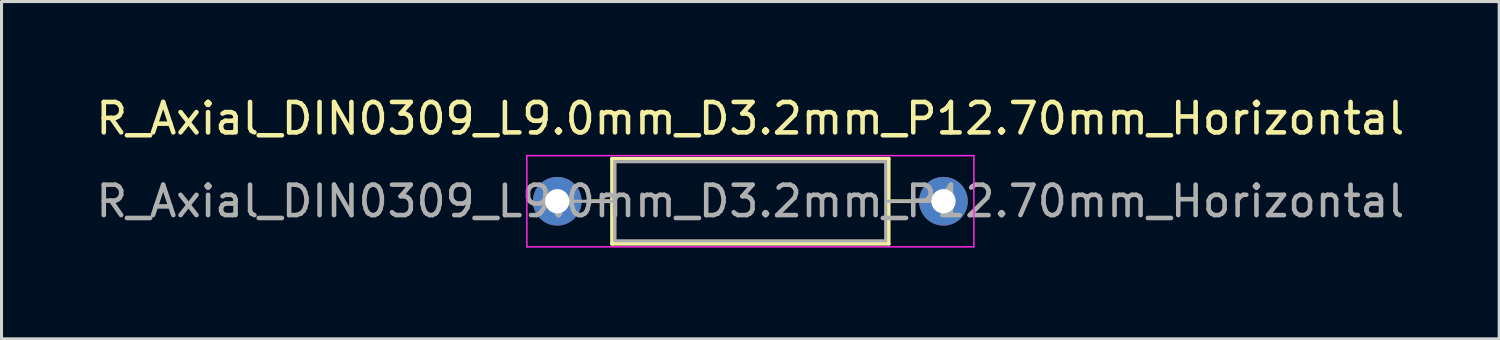
<source format=kicad_pcb>
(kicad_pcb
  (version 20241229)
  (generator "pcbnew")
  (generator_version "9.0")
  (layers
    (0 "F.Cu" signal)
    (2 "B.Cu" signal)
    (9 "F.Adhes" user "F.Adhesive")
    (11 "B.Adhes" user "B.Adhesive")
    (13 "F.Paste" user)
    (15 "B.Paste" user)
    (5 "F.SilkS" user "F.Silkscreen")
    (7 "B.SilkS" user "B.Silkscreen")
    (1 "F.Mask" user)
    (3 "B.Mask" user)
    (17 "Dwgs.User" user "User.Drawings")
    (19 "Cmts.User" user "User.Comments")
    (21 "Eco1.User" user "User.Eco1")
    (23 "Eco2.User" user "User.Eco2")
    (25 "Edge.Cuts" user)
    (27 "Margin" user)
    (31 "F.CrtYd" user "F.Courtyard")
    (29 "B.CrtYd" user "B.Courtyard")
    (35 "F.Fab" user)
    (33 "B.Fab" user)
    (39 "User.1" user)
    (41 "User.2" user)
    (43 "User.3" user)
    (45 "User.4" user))
  (footprint "R_Axial_DIN0309_L9.0mm_D3.2mm_P12.70mm_Horizontal"
    (layer "F.Cu")
    (at 15.275 3.568)
    (property "Reference" "R_Axial_DIN0309_L9.0mm_D3.2mm_P12.70mm_Horizontal" (at 6.35 -2.72 0) (layer "F.SilkS") (effects (font (size 1 1) (thickness 0.15))))
    (attr through_hole)
    (fp_line (start 1.04 0) (end 1.73 0) (stroke (width 0.12) (type solid)) (layer "F.SilkS"))
    (fp_line (start 1.8 -1.4) (end 1.8 1.4) (stroke (width 0.12) (type solid)) (layer "F.SilkS"))
    (fp_line (start 1.8 1.4) (end 10.9 1.4) (stroke (width 0.12) (type solid)) (layer "F.SilkS"))
    (fp_line (start 10.9 -1.4) (end 1.8 -1.4) (stroke (width 0.12) (type solid)) (layer "F.SilkS"))
    (fp_line (start 10.9 1.4) (end 10.9 -1.4) (stroke (width 0.12) (type solid)) (layer "F.SilkS"))
    (fp_line (start 11.66 0) (end 10.97 0) (stroke (width 0.12) (type solid)) (layer "F.SilkS"))
    (fp_line (start -1 -1.5) (end -1 1.5) (stroke (width 0.05) (type solid)) (layer "F.CrtYd"))
    (fp_line (start -1 1.5) (end 13.7 1.5) (stroke (width 0.05) (type solid)) (layer "F.CrtYd"))
    (fp_line (start 13.7 -1.5) (end -1 -1.5) (stroke (width 0.05) (type solid)) (layer "F.CrtYd"))
    (fp_line (start 13.7 1.5) (end 13.7 -1.5) (stroke (width 0.05) (type solid)) (layer "F.CrtYd"))
    (fp_line (start 0 0) (end 1.85 0) (stroke (width 0.1) (type solid)) (layer "F.Fab"))
    (fp_line (start 1.9 -1.3) (end 1.9 1.3) (stroke (width 0.1) (type solid)) (layer "F.Fab"))
    (fp_line (start 1.9 1.3) (end 10.8 1.3) (stroke (width 0.1) (type solid)) (layer "F.Fab"))
    (fp_line (start 10.8 -1.3) (end 1.9 -1.3) (stroke (width 0.1) (type solid)) (layer "F.Fab"))
    (fp_line (start 10.8 1.3) (end 10.8 -1.3) (stroke (width 0.1) (type solid)) (layer "F.Fab"))
    (fp_line (start 12.7 0) (end 10.85 0) (stroke (width 0.1) (type solid)) (layer "F.Fab"))
    (fp_text user "${REFERENCE}" (at 6.35 0 0) (layer "F.Fab") (effects (font (size 1 1) (thickness 0.15))))
    (pad "1" thru_hole circle (at 0 0) (size 1.6 1.6) (drill 0.8) (layers "*.Cu" "*.Mask"))
    (pad "2" thru_hole oval (at 12.7 0) (size 1.6 1.6) (drill 0.8) (layers "*.Cu" "*.Mask")))
  (gr_rect
    (start -3 -3)
    (end 46.25 8.093)
    (stroke (width 0.1) (type default))
    (fill no)
    (layer "Edge.Cuts")))
</source>
